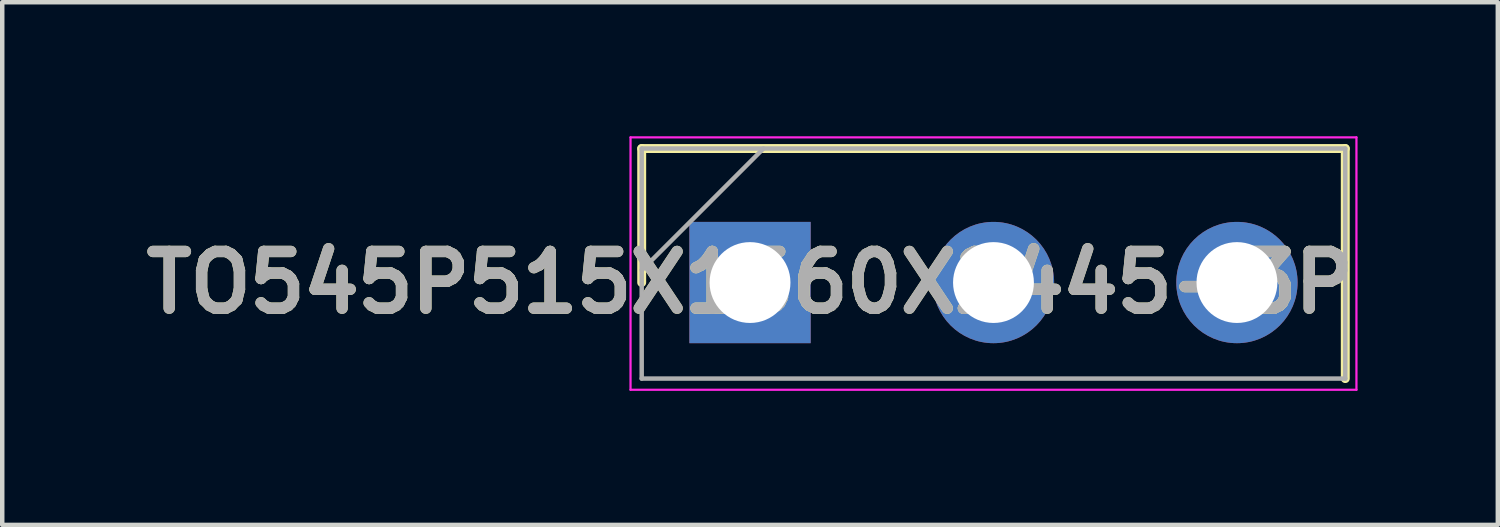
<source format=kicad_pcb>
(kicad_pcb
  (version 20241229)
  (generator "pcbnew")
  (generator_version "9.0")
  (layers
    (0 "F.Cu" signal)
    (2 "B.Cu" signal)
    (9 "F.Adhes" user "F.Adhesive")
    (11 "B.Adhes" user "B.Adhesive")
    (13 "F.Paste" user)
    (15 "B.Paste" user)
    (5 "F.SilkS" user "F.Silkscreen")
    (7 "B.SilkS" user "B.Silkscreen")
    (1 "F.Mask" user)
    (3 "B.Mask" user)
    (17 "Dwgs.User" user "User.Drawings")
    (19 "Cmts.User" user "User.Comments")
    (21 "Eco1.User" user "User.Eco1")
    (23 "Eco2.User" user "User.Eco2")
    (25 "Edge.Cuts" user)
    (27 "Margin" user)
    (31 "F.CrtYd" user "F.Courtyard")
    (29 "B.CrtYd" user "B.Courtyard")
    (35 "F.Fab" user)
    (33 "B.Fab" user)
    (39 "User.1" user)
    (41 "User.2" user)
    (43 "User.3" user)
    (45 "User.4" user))
  (footprint "TO545P515X1560X2445-3P"
    (layer "F.Cu")
    (at 13.74 3.275)
    (property "Reference" "TO545P515X1560X2445-3P" (at 0 0 0) (layer "F.SilkS") (effects (font (size 1.27 1.27) (thickness 0.254))))
    (attr through_hole)
    (fp_line (start -2.425 -3) (end -2.425 0) (stroke (width 0.2) (type solid)) (layer "F.SilkS"))
    (fp_line (start 13.325 -3) (end -2.425 -3) (stroke (width 0.2) (type solid)) (layer "F.SilkS"))
    (fp_line (start 13.325 2.15) (end 13.325 -3) (stroke (width 0.2) (type solid)) (layer "F.SilkS"))
    (fp_line (start -2.675 -3.25) (end 13.575 -3.25) (stroke (width 0.05) (type solid)) (layer "F.CrtYd"))
    (fp_line (start -2.675 2.4) (end -2.675 -3.25) (stroke (width 0.05) (type solid)) (layer "F.CrtYd"))
    (fp_line (start 13.575 -3.25) (end 13.575 2.4) (stroke (width 0.05) (type solid)) (layer "F.CrtYd"))
    (fp_line (start 13.575 2.4) (end -2.675 2.4) (stroke (width 0.05) (type solid)) (layer "F.CrtYd"))
    (fp_line (start -2.425 -3) (end 13.325 -3) (stroke (width 0.1) (type solid)) (layer "F.Fab"))
    (fp_line (start -2.425 -0.275) (end 0.3 -3) (stroke (width 0.1) (type solid)) (layer "F.Fab"))
    (fp_line (start -2.425 2.15) (end -2.425 -3) (stroke (width 0.1) (type solid)) (layer "F.Fab"))
    (fp_line (start 13.325 -3) (end 13.325 2.15) (stroke (width 0.1) (type solid)) (layer "F.Fab"))
    (fp_line (start 13.325 2.15) (end -2.425 2.15) (stroke (width 0.1) (type solid)) (layer "F.Fab"))
    (fp_text user "${REFERENCE}" (at 0 0 0) (layer "F.Fab") (effects (font (size 1.27 1.27) (thickness 0.254))))
    (pad "1" thru_hole rect (at 0 0) (size 2.715 2.715) (drill 1.81) (layers "*.Cu" "*.Mask"))
    (pad "2" thru_hole circle (at 5.45 0) (size 2.715 2.715) (drill 1.81) (layers "*.Cu" "*.Mask"))
    (pad "3" thru_hole circle (at 10.9 0) (size 2.715 2.715) (drill 1.81) (layers "*.Cu" "*.Mask")))
  (gr_rect
    (start -3 -3)
    (end 30.48 8.7)
    (stroke (width 0.1) (type default))
    (fill no)
    (layer "Edge.Cuts")))
</source>
